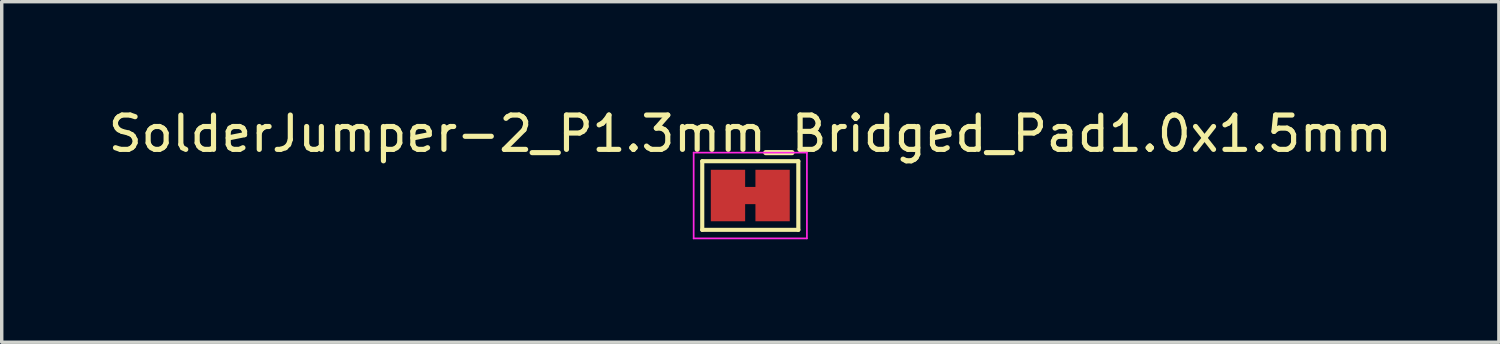
<source format=kicad_pcb>
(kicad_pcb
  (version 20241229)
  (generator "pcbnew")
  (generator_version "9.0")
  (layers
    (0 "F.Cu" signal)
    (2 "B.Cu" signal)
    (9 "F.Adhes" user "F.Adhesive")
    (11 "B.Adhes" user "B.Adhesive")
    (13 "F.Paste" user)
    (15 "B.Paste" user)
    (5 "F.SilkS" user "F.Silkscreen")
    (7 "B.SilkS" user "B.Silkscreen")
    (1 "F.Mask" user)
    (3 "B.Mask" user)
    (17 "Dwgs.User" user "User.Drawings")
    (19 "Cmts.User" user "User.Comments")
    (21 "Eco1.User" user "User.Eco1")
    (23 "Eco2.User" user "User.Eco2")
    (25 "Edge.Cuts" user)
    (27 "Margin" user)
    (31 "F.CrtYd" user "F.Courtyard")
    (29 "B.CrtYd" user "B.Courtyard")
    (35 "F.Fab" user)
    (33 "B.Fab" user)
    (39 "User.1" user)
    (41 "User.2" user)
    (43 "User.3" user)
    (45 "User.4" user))
  (footprint "SolderJumper-2_P1.3mm_Bridged_Pad1.0x1.5mm"
    (layer "F.Cu")
    (at 18.815 2.648)
    (property "Reference" "SolderJumper-2_P1.3mm_Bridged_Pad1.0x1.5mm" (at 0 -1.8 0) (layer "F.SilkS") (effects (font (size 1 1) (thickness 0.15))))
    (attr exclude_from_pos_files exclude_from_bom)
    (fp_line (start 0.635 0) (end -0.635 0) (stroke (width 0.5) (type solid)) (layer "F.Cu"))
    (fp_line (start -1.4 -1) (end 1.4 -1) (stroke (width 0.12) (type solid)) (layer "F.SilkS"))
    (fp_line (start -1.4 1) (end -1.4 -1) (stroke (width 0.12) (type solid)) (layer "F.SilkS"))
    (fp_line (start 1.4 -1) (end 1.4 1) (stroke (width 0.12) (type solid)) (layer "F.SilkS"))
    (fp_line (start 1.4 1) (end -1.4 1) (stroke (width 0.12) (type solid)) (layer "F.SilkS"))
    (fp_line (start -1.65 -1.25) (end -1.65 1.25) (stroke (width 0.05) (type solid)) (layer "F.CrtYd"))
    (fp_line (start -1.65 -1.25) (end 1.65 -1.25) (stroke (width 0.05) (type solid)) (layer "F.CrtYd"))
    (fp_line (start 1.65 1.25) (end -1.65 1.25) (stroke (width 0.05) (type solid)) (layer "F.CrtYd"))
    (fp_line (start 1.65 1.25) (end 1.65 -1.25) (stroke (width 0.05) (type solid)) (layer "F.CrtYd"))
    (pad "1" smd rect (at -0.65 0) (size 1 1.5) (layers "F.Cu" "F.Mask"))
    (pad "2" smd rect (at 0.65 0) (size 1 1.5) (layers "F.Cu" "F.Mask")))
  (gr_rect
    (start -3 -3)
    (end 40.631 6.923)
    (stroke (width 0.1) (type default))
    (fill no)
    (layer "Edge.Cuts")))
</source>
